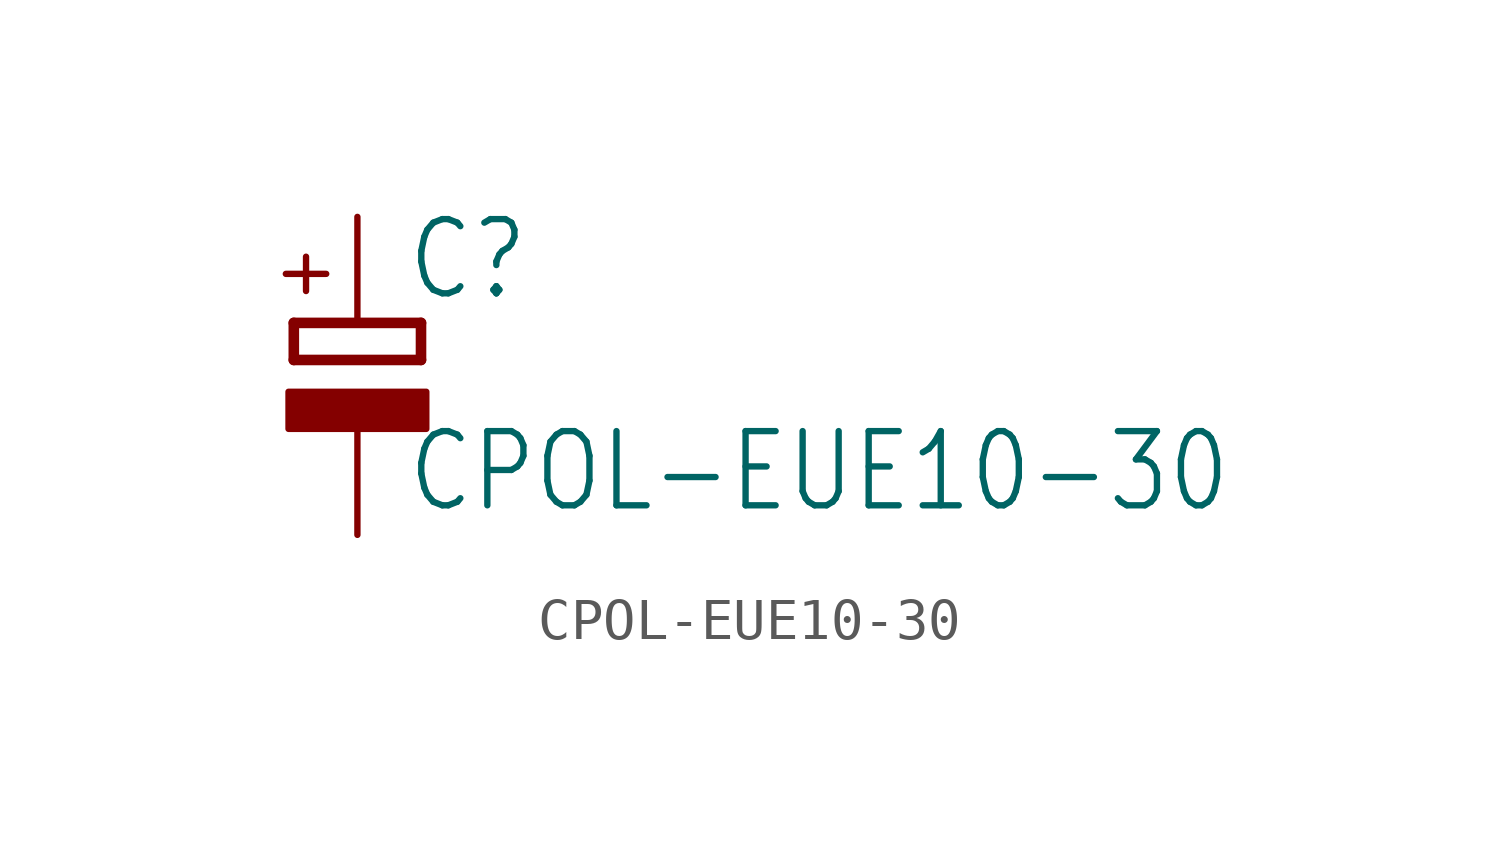
<source format=kicad_sym>
(kicad_symbol_lib
  (version 20211014)
  (generator kicad_symbol_editor)
  (symbol "CPOL-EUE10-30"
    (property "Reference" "C"
      (at 1.143 0.483 0)
      (effects (font (size 1.778 1.511)) (justify left bottom)))
    (property "Value" "CPOL-EUE10-30"
      (at 1.143 -4.597 0)
      (effects (font (size 1.778 1.511)) (justify left bottom)))
    (property "ki_locked" ""
      (at 0 0 0)
      (effects (font (size 1.27 1.27))))
    (symbol "CPOL-EUE10-30_1_0"
      (rectangle (start -1.651 -2.54) (end 1.651 -1.651) (stroke (width 0) (type default) (color 0 0 0 0)) (fill (type outline)))
      (polyline (pts (xy -1.524 -0.889) (xy 1.524 -0.889)) (stroke (width 0.254) (type default) (color 0 0 0 0)) (fill (type none)))
      (polyline (pts (xy -1.524 0) (xy -1.524 -0.889)) (stroke (width 0.254) (type default) (color 0 0 0 0)) (fill (type none)))
      (polyline (pts (xy -1.524 0) (xy 1.524 0)) (stroke (width 0.254) (type default) (color 0 0 0 0)) (fill (type none)))
      (polyline (pts (xy 1.524 -0.889) (xy 1.524 0)) (stroke (width 0.254) (type default) (color 0 0 0 0)) (fill (type none)))
      (text "+" (at -0.584 0.406 900) (effects (font (size 1.27 1.079)) (justify left bottom)))
      (pin passive line (at 0 2.54 270) (length 2.54) (name "+" (effects (font (size 0 0)))) (number "+" (effects (font (size 0 0)))))
      (pin passive line (at 0 -5.08 90) (length 2.54) (name "-" (effects (font (size 0 0)))) (number "-" (effects (font (size 0 0))))))))
</source>
